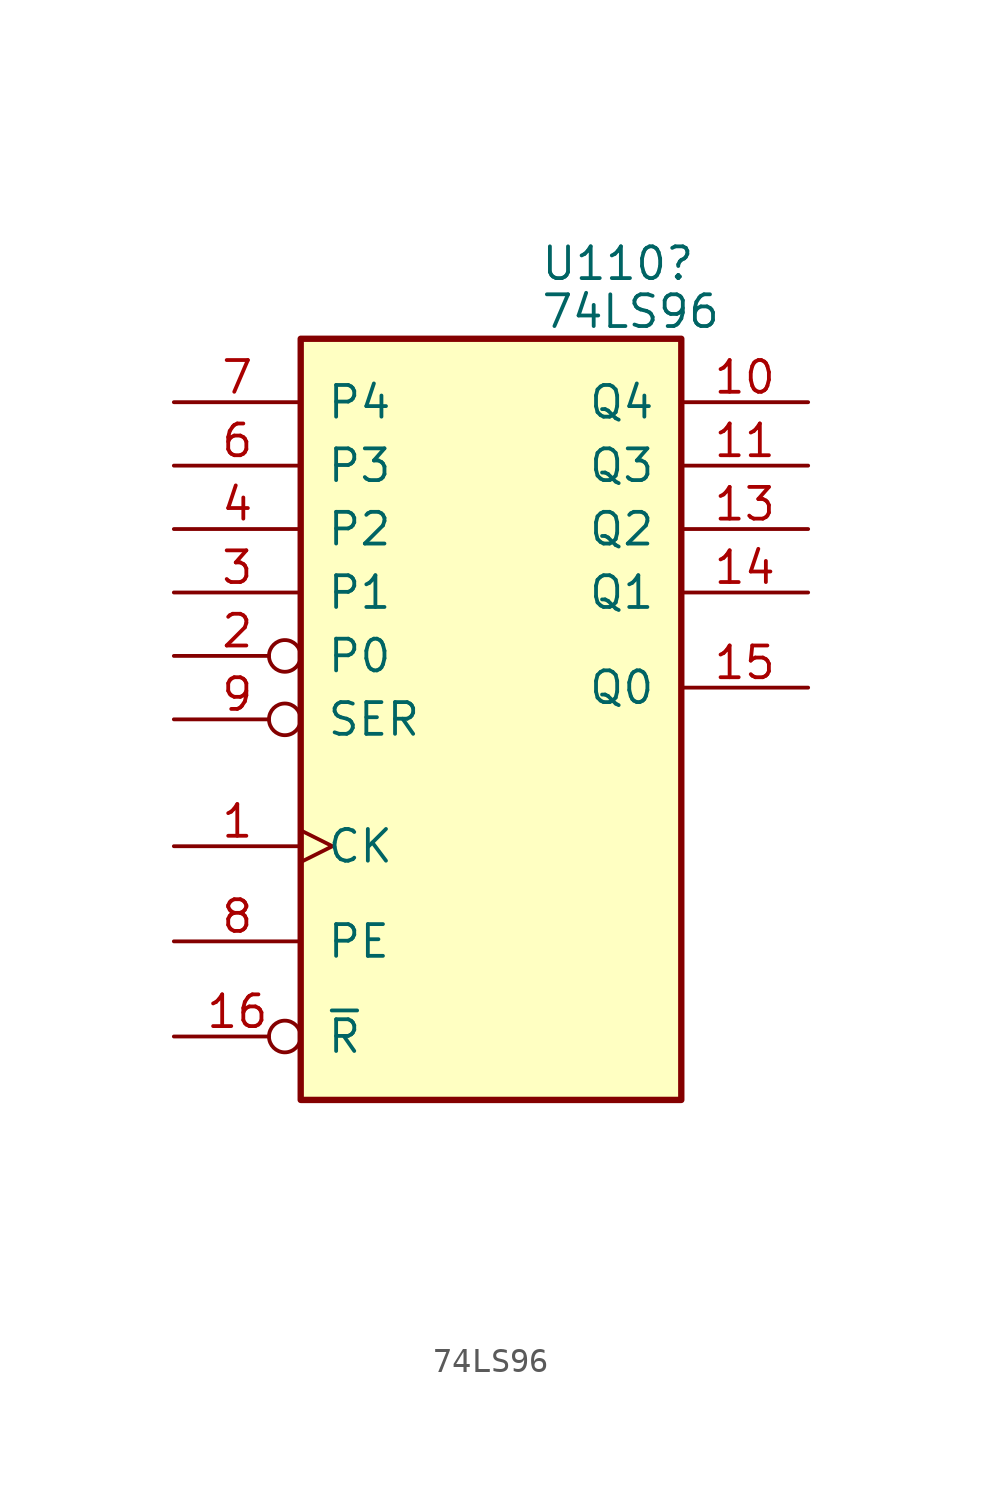
<source format=kicad_sym>
(kicad_symbol_lib
  (version 20220914)
  (generator kicad_symbol_editor)
  (symbol "74LS96"
    (pin_names
      (offset 1.016))
    (property "Reference" "U110"
      (at 1.956 18.25 0)
      (effects (font (size 1.27 1.27)) (justify left)))
    (property "Value" "74LS96"
      (at 1.956 16.329 0)
      (effects (font (size 1.27 1.27)) (justify left)))
    (property "ki_locked" ""
      (at 0 0 0)
      (effects (font (size 1.27 1.27))))
    (symbol "74LS96_1_0"
      (pin input clock (at -12.7 -5.08 0) (length 5.08) (name "CK" (effects (font (size 1.27 1.27)))) (number "1" (effects (font (size 1.27 1.27)))))
      (pin output line (at 12.7 12.7 180) (length 5.08) (name "Q4" (effects (font (size 1.27 1.27)))) (number "10" (effects (font (size 1.27 1.27)))))
      (pin output line (at 12.7 10.16 180) (length 5.08) (name "Q3" (effects (font (size 1.27 1.27)))) (number "11" (effects (font (size 1.27 1.27)))))
      (pin power_in line (at 0 -20.32 90) (length 5.08) hide (name "GND" (effects (font (size 1.27 1.27)))) (number "12" (effects (font (size 1.27 1.27)))))
      (pin output line (at 12.7 7.62 180) (length 5.08) (name "Q2" (effects (font (size 1.27 1.27)))) (number "13" (effects (font (size 1.27 1.27)))))
      (pin output line (at 12.7 5.08 180) (length 5.08) (name "Q1" (effects (font (size 1.27 1.27)))) (number "14" (effects (font (size 1.27 1.27)))))
      (pin output line (at 12.7 1.27 180) (length 5.08) (name "Q0" (effects (font (size 1.27 1.27)))) (number "15" (effects (font (size 1.27 1.27)))))
      (pin input inverted (at -12.7 -12.7 0) (length 5.08) (name "~{R}" (effects (font (size 1.27 1.27)))) (number "16" (effects (font (size 1.27 1.27)))))
      (pin input inverted (at -12.7 2.54 0) (length 5.08) (name "P0" (effects (font (size 1.27 1.27)))) (number "2" (effects (font (size 1.27 1.27)))))
      (pin input line (at -12.7 5.08 0) (length 5.08) (name "P1" (effects (font (size 1.27 1.27)))) (number "3" (effects (font (size 1.27 1.27)))))
      (pin input line (at -12.7 7.62 0) (length 5.08) (name "P2" (effects (font (size 1.27 1.27)))) (number "4" (effects (font (size 1.27 1.27)))))
      (pin power_in line (at 0 20.32 270) (length 5.08) hide (name "VCC" (effects (font (size 1.27 1.27)))) (number "5" (effects (font (size 1.27 1.27)))))
      (pin input line (at -12.7 10.16 0) (length 5.08) (name "P3" (effects (font (size 1.27 1.27)))) (number "6" (effects (font (size 1.27 1.27)))))
      (pin input line (at -12.7 12.7 0) (length 5.08) (name "P4" (effects (font (size 1.27 1.27)))) (number "7" (effects (font (size 1.27 1.27)))))
      (pin input line (at -12.7 -8.89 0) (length 5.08) (name "PE" (effects (font (size 1.27 1.27)))) (number "8" (effects (font (size 1.27 1.27)))))
      (pin input inverted (at -12.7 0 0) (length 5.08) (name "SER" (effects (font (size 1.27 1.27)))) (number "9" (effects (font (size 1.27 1.27))))))
    (symbol "74LS96_1_1"
      (rectangle (start -7.62 15.24) (end 7.62 -15.24) (stroke (width 0.254) (type default)) (fill (type background))))))
</source>
